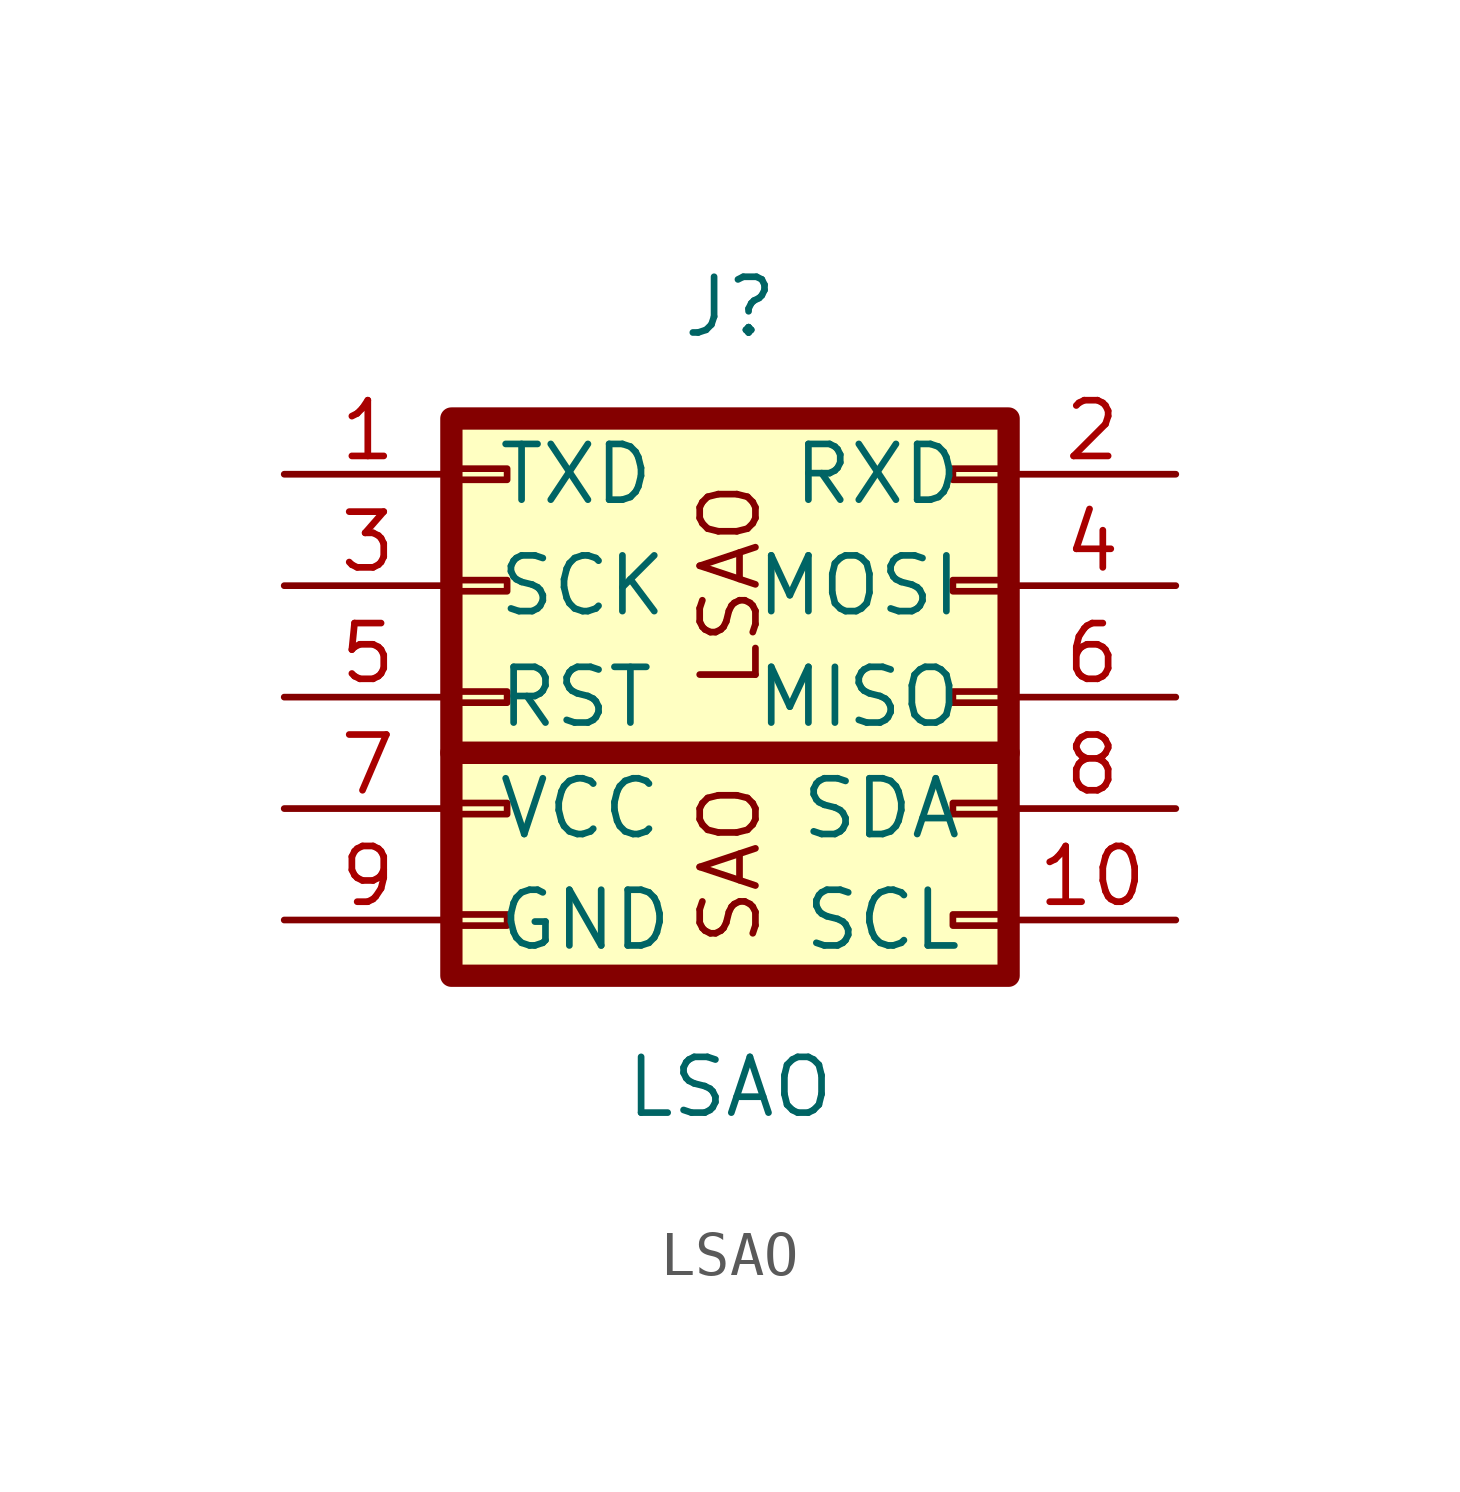
<source format=kicad_sym>
(kicad_symbol_lib
  (version 20211014)
  (generator kicad_symbol_editor)
  (symbol "LSAO"
    (pin_names
      (offset 1.016))
    (property "Reference" "J"
      (at 0 8.89 0)
      (effects (font (size 1.27 1.27))))
    (property "Value" "LSAO"
      (at 0 -8.89 0)
      (effects (font (size 1.27 1.27))))
    (symbol "LSAO_0_0"
      (text "LSAO" (at 0 2.54 900) (effects (font (size 1.27 1.27))))
      (text "SAO" (at 0 -3.81 900) (effects (font (size 1.27 1.27)))))
    (symbol "LSAO_0_1"
      (rectangle (start -6.35 -1.27) (end 6.35 -6.35) (stroke (width 0.508) (type default) (color 0 0 0 0)) (fill (type none)))
      (rectangle (start 6.35 -1.27) (end -6.35 6.35) (stroke (width 0.508) (type default) (color 0 0 0 0)) (fill (type none))))
    (symbol "LSAO_1_1"
      (rectangle (start -6.35 -4.953) (end -5.08 -5.207) (stroke (width 0.152) (type default) (color 0 0 0 0)) (fill (type none)))
      (rectangle (start -6.35 -2.413) (end -5.08 -2.667) (stroke (width 0.152) (type default) (color 0 0 0 0)) (fill (type none)))
      (rectangle (start -6.35 0.127) (end -5.08 -0.127) (stroke (width 0.152) (type default) (color 0 0 0 0)) (fill (type none)))
      (rectangle (start -6.35 2.667) (end -5.08 2.413) (stroke (width 0.152) (type default) (color 0 0 0 0)) (fill (type none)))
      (rectangle (start -6.35 5.207) (end -5.08 4.953) (stroke (width 0.152) (type default) (color 0 0 0 0)) (fill (type none)))
      (rectangle (start -6.35 6.35) (end 6.35 -6.35) (stroke (width 0.254) (type default) (color 0 0 0 0)) (fill (type background)))
      (rectangle (start 6.35 -4.953) (end 5.08 -5.207) (stroke (width 0.152) (type default) (color 0 0 0 0)) (fill (type none)))
      (rectangle (start 6.35 -2.413) (end 5.08 -2.667) (stroke (width 0.152) (type default) (color 0 0 0 0)) (fill (type none)))
      (rectangle (start 6.35 0.127) (end 5.08 -0.127) (stroke (width 0.152) (type default) (color 0 0 0 0)) (fill (type none)))
      (rectangle (start 6.35 2.667) (end 5.08 2.413) (stroke (width 0.152) (type default) (color 0 0 0 0)) (fill (type none)))
      (rectangle (start 6.35 5.207) (end 5.08 4.953) (stroke (width 0.152) (type default) (color 0 0 0 0)) (fill (type none)))
      (pin input line (at -10.16 5.08 0) (length 3.81) (name "TXD" (effects (font (size 1.27 1.27)))) (number "1" (effects (font (size 1.27 1.27)))))
      (pin input line (at 10.16 -5.08 180) (length 3.81) (name "SCL" (effects (font (size 1.27 1.27)))) (number "10" (effects (font (size 1.27 1.27)))))
      (pin output line (at 10.16 5.08 180) (length 3.81) (name "RXD" (effects (font (size 1.27 1.27)))) (number "2" (effects (font (size 1.27 1.27)))))
      (pin output line (at -10.16 2.54 0) (length 3.81) (name "SCK" (effects (font (size 1.27 1.27)))) (number "3" (effects (font (size 1.27 1.27)))))
      (pin input line (at 10.16 2.54 180) (length 3.81) (name "MOSI" (effects (font (size 1.27 1.27)))) (number "4" (effects (font (size 1.27 1.27)))))
      (pin bidirectional line (at -10.16 0 0) (length 3.81) (name "RST" (effects (font (size 1.27 1.27)))) (number "5" (effects (font (size 1.27 1.27)))))
      (pin output line (at 10.16 0 180) (length 3.81) (name "MISO" (effects (font (size 1.27 1.27)))) (number "6" (effects (font (size 1.27 1.27)))))
      (pin power_in line (at -10.16 -2.54 0) (length 3.81) (name "VCC" (effects (font (size 1.27 1.27)))) (number "7" (effects (font (size 1.27 1.27)))))
      (pin bidirectional line (at 10.16 -2.54 180) (length 3.81) (name "SDA" (effects (font (size 1.27 1.27)))) (number "8" (effects (font (size 1.27 1.27)))))
      (pin power_out line (at -10.16 -5.08 0) (length 3.81) (name "GND" (effects (font (size 1.27 1.27)))) (number "9" (effects (font (size 1.27 1.27))))))))
</source>
